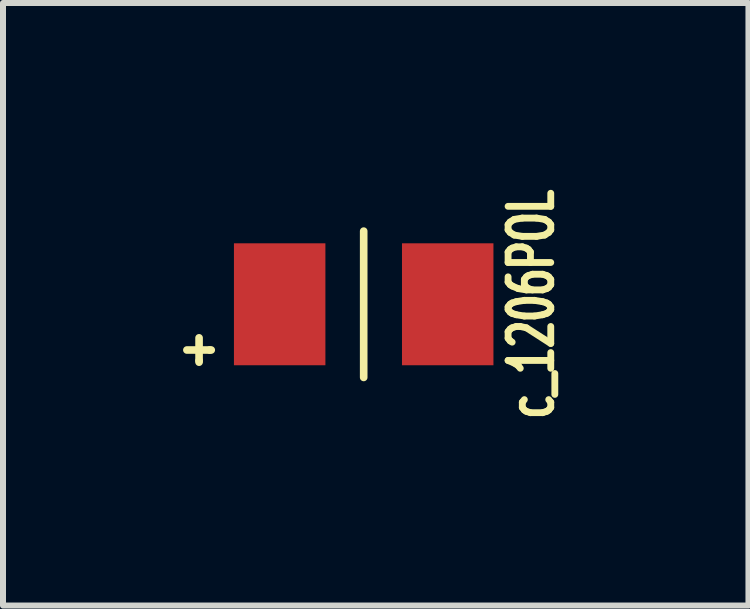
<source format=kicad_pcb>
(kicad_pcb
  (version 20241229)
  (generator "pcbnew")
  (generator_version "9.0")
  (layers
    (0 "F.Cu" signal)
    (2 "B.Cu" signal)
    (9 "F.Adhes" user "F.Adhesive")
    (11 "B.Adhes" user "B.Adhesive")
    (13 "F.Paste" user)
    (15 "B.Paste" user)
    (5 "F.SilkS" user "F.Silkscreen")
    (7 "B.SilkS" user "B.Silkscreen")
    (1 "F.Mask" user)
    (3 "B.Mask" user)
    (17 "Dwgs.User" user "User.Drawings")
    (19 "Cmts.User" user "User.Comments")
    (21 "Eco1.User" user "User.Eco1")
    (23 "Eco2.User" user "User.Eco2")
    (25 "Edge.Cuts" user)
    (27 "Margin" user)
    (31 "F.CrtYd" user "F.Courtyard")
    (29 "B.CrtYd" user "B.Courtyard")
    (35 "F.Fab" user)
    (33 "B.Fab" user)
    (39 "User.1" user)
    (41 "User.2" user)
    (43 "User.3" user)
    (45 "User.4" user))
  (footprint "c_1206POL"
    (layer "F.Cu")
    (at 3.01 2.02)
    (property "Reference" "c_1206POL" (at 2.794 0 90) (layer "F.SilkS") (effects (font (size 0.711 0.457) (thickness 0.114))))
    (attr smd)
    (fp_line (start -2.946 0.762) (end -2.565 0.762) (stroke (width 0.127) (type solid)) (layer "F.SilkS"))
    (fp_line (start -2.743 0.559) (end -2.743 0.94) (stroke (width 0.127) (type solid)) (layer "F.SilkS"))
    (fp_line (start -2.743 0.94) (end -2.743 0.965) (stroke (width 0.127) (type solid)) (layer "F.SilkS"))
    (fp_line (start -2.565 0.762) (end -2.54 0.762) (stroke (width 0.127) (type solid)) (layer "F.SilkS"))
    (fp_line (start 0 1.219) (end 0 -1.219) (stroke (width 0.127) (type solid)) (layer "F.SilkS"))
    (pad "1" smd rect (at -1.4 0) (size 1.524 2.032) (layers "F.Cu" "F.Mask" "F.Paste"))
    (pad "2" smd rect (at 1.4 0) (size 1.524 2.032) (layers "F.Cu" "F.Mask" "F.Paste")))
  (gr_rect
    (start -3 -3)
    (end 9.421 7.04)
    (stroke (width 0.1) (type default))
    (fill no)
    (layer "Edge.Cuts")))
</source>
